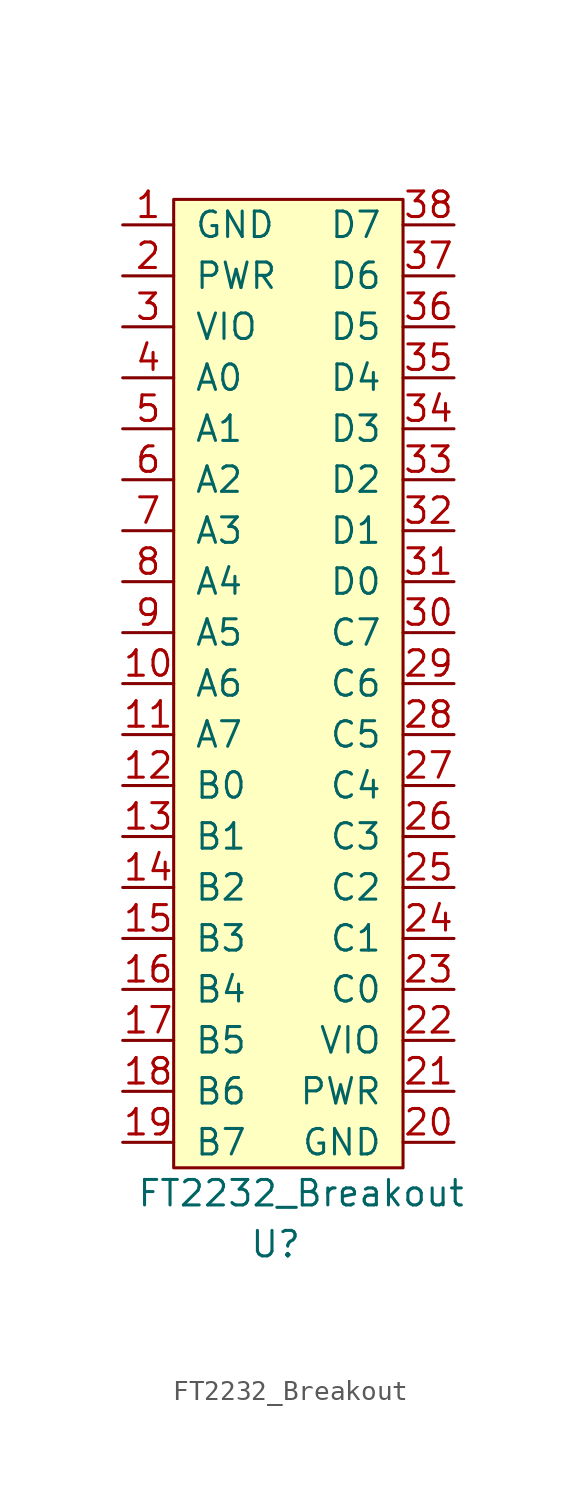
<source format=kicad_sym>
(kicad_symbol_lib
  (version 20211014)
  (generator kicad_symbol_editor)
  (symbol "FT2232_Breakout"
    (pin_names
      (offset 1.016))
    (property "Reference" "U"
      (at -1.27 -31.75 0)
      (effects (font (size 1.27 1.27))))
    (property "Value" "FT2232_Breakout"
      (at 0 -29.21 0)
      (effects (font (size 1.27 1.27))))
    (symbol "FT2232_Breakout_0_0"
      (pin power_in line (at -8.89 19.05 0) (length 2.54) (name "GND" (effects (font (size 1.27 1.27)))) (number "1" (effects (font (size 1.27 1.27)))))
      (pin bidirectional line (at -8.89 -3.81 0) (length 2.54) (name "A6" (effects (font (size 1.27 1.27)))) (number "10" (effects (font (size 1.27 1.27)))))
      (pin bidirectional line (at -8.89 -6.35 0) (length 2.54) (name "A7" (effects (font (size 1.27 1.27)))) (number "11" (effects (font (size 1.27 1.27)))))
      (pin bidirectional line (at -8.89 -8.89 0) (length 2.54) (name "B0" (effects (font (size 1.27 1.27)))) (number "12" (effects (font (size 1.27 1.27)))))
      (pin bidirectional line (at -8.89 -11.43 0) (length 2.54) (name "B1" (effects (font (size 1.27 1.27)))) (number "13" (effects (font (size 1.27 1.27)))))
      (pin bidirectional line (at -8.89 -13.97 0) (length 2.54) (name "B2" (effects (font (size 1.27 1.27)))) (number "14" (effects (font (size 1.27 1.27)))))
      (pin bidirectional line (at -8.89 -16.51 0) (length 2.54) (name "B3" (effects (font (size 1.27 1.27)))) (number "15" (effects (font (size 1.27 1.27)))))
      (pin bidirectional line (at -8.89 -19.05 0) (length 2.54) (name "B4" (effects (font (size 1.27 1.27)))) (number "16" (effects (font (size 1.27 1.27)))))
      (pin bidirectional line (at -8.89 -21.59 0) (length 2.54) (name "B5" (effects (font (size 1.27 1.27)))) (number "17" (effects (font (size 1.27 1.27)))))
      (pin bidirectional line (at -8.89 -24.13 0) (length 2.54) (name "B6" (effects (font (size 1.27 1.27)))) (number "18" (effects (font (size 1.27 1.27)))))
      (pin bidirectional line (at -8.89 -26.67 0) (length 2.54) (name "B7" (effects (font (size 1.27 1.27)))) (number "19" (effects (font (size 1.27 1.27)))))
      (pin power_out line (at -8.89 16.51 0) (length 2.54) (name "PWR" (effects (font (size 1.27 1.27)))) (number "2" (effects (font (size 1.27 1.27)))))
      (pin power_in line (at 7.62 -26.67 180) (length 2.54) (name "GND" (effects (font (size 1.27 1.27)))) (number "20" (effects (font (size 1.27 1.27)))))
      (pin power_out line (at 7.62 -24.13 180) (length 2.54) (name "PWR" (effects (font (size 1.27 1.27)))) (number "21" (effects (font (size 1.27 1.27)))))
      (pin bidirectional line (at 7.62 -21.59 180) (length 2.54) (name "VIO" (effects (font (size 1.27 1.27)))) (number "22" (effects (font (size 1.27 1.27)))))
      (pin bidirectional line (at 7.62 -19.05 180) (length 2.54) (name "C0" (effects (font (size 1.27 1.27)))) (number "23" (effects (font (size 1.27 1.27)))))
      (pin bidirectional line (at 7.62 -16.51 180) (length 2.54) (name "C1" (effects (font (size 1.27 1.27)))) (number "24" (effects (font (size 1.27 1.27)))))
      (pin bidirectional line (at 7.62 -13.97 180) (length 2.54) (name "C2" (effects (font (size 1.27 1.27)))) (number "25" (effects (font (size 1.27 1.27)))))
      (pin bidirectional line (at 7.62 -11.43 180) (length 2.54) (name "C3" (effects (font (size 1.27 1.27)))) (number "26" (effects (font (size 1.27 1.27)))))
      (pin bidirectional line (at 7.62 -8.89 180) (length 2.54) (name "C4" (effects (font (size 1.27 1.27)))) (number "27" (effects (font (size 1.27 1.27)))))
      (pin bidirectional line (at 7.62 -6.35 180) (length 2.54) (name "C5" (effects (font (size 1.27 1.27)))) (number "28" (effects (font (size 1.27 1.27)))))
      (pin bidirectional line (at 7.62 -3.81 180) (length 2.54) (name "C6" (effects (font (size 1.27 1.27)))) (number "29" (effects (font (size 1.27 1.27)))))
      (pin bidirectional line (at -8.89 13.97 0) (length 2.54) (name "VIO" (effects (font (size 1.27 1.27)))) (number "3" (effects (font (size 1.27 1.27)))))
      (pin bidirectional line (at 7.62 -1.27 180) (length 2.54) (name "C7" (effects (font (size 1.27 1.27)))) (number "30" (effects (font (size 1.27 1.27)))))
      (pin bidirectional line (at 7.62 1.27 180) (length 2.54) (name "D0" (effects (font (size 1.27 1.27)))) (number "31" (effects (font (size 1.27 1.27)))))
      (pin bidirectional line (at 7.62 3.81 180) (length 2.54) (name "D1" (effects (font (size 1.27 1.27)))) (number "32" (effects (font (size 1.27 1.27)))))
      (pin bidirectional line (at 7.62 6.35 180) (length 2.54) (name "D2" (effects (font (size 1.27 1.27)))) (number "33" (effects (font (size 1.27 1.27)))))
      (pin bidirectional line (at 7.62 8.89 180) (length 2.54) (name "D3" (effects (font (size 1.27 1.27)))) (number "34" (effects (font (size 1.27 1.27)))))
      (pin bidirectional line (at 7.62 11.43 180) (length 2.54) (name "D4" (effects (font (size 1.27 1.27)))) (number "35" (effects (font (size 1.27 1.27)))))
      (pin bidirectional line (at 7.62 13.97 180) (length 2.54) (name "D5" (effects (font (size 1.27 1.27)))) (number "36" (effects (font (size 1.27 1.27)))))
      (pin bidirectional line (at 7.62 16.51 180) (length 2.54) (name "D6" (effects (font (size 1.27 1.27)))) (number "37" (effects (font (size 1.27 1.27)))))
      (pin bidirectional line (at 7.62 19.05 180) (length 2.54) (name "D7" (effects (font (size 1.27 1.27)))) (number "38" (effects (font (size 1.27 1.27)))))
      (pin bidirectional line (at -8.89 11.43 0) (length 2.54) (name "A0" (effects (font (size 1.27 1.27)))) (number "4" (effects (font (size 1.27 1.27)))))
      (pin bidirectional line (at -8.89 8.89 0) (length 2.54) (name "A1" (effects (font (size 1.27 1.27)))) (number "5" (effects (font (size 1.27 1.27)))))
      (pin bidirectional line (at -8.89 6.35 0) (length 2.54) (name "A2" (effects (font (size 1.27 1.27)))) (number "6" (effects (font (size 1.27 1.27)))))
      (pin bidirectional line (at -8.89 3.81 0) (length 2.54) (name "A3" (effects (font (size 1.27 1.27)))) (number "7" (effects (font (size 1.27 1.27)))))
      (pin bidirectional line (at -8.89 1.27 0) (length 2.54) (name "A4" (effects (font (size 1.27 1.27)))) (number "8" (effects (font (size 1.27 1.27)))))
      (pin bidirectional line (at -8.89 -1.27 0) (length 2.54) (name "A5" (effects (font (size 1.27 1.27)))) (number "9" (effects (font (size 1.27 1.27))))))
    (symbol "FT2232_Breakout_0_1"
      (rectangle (start -6.35 20.32) (end 5.08 -27.94) (stroke (width 0) (type default) (color 0 0 0 0)) (fill (type background))))))
</source>
